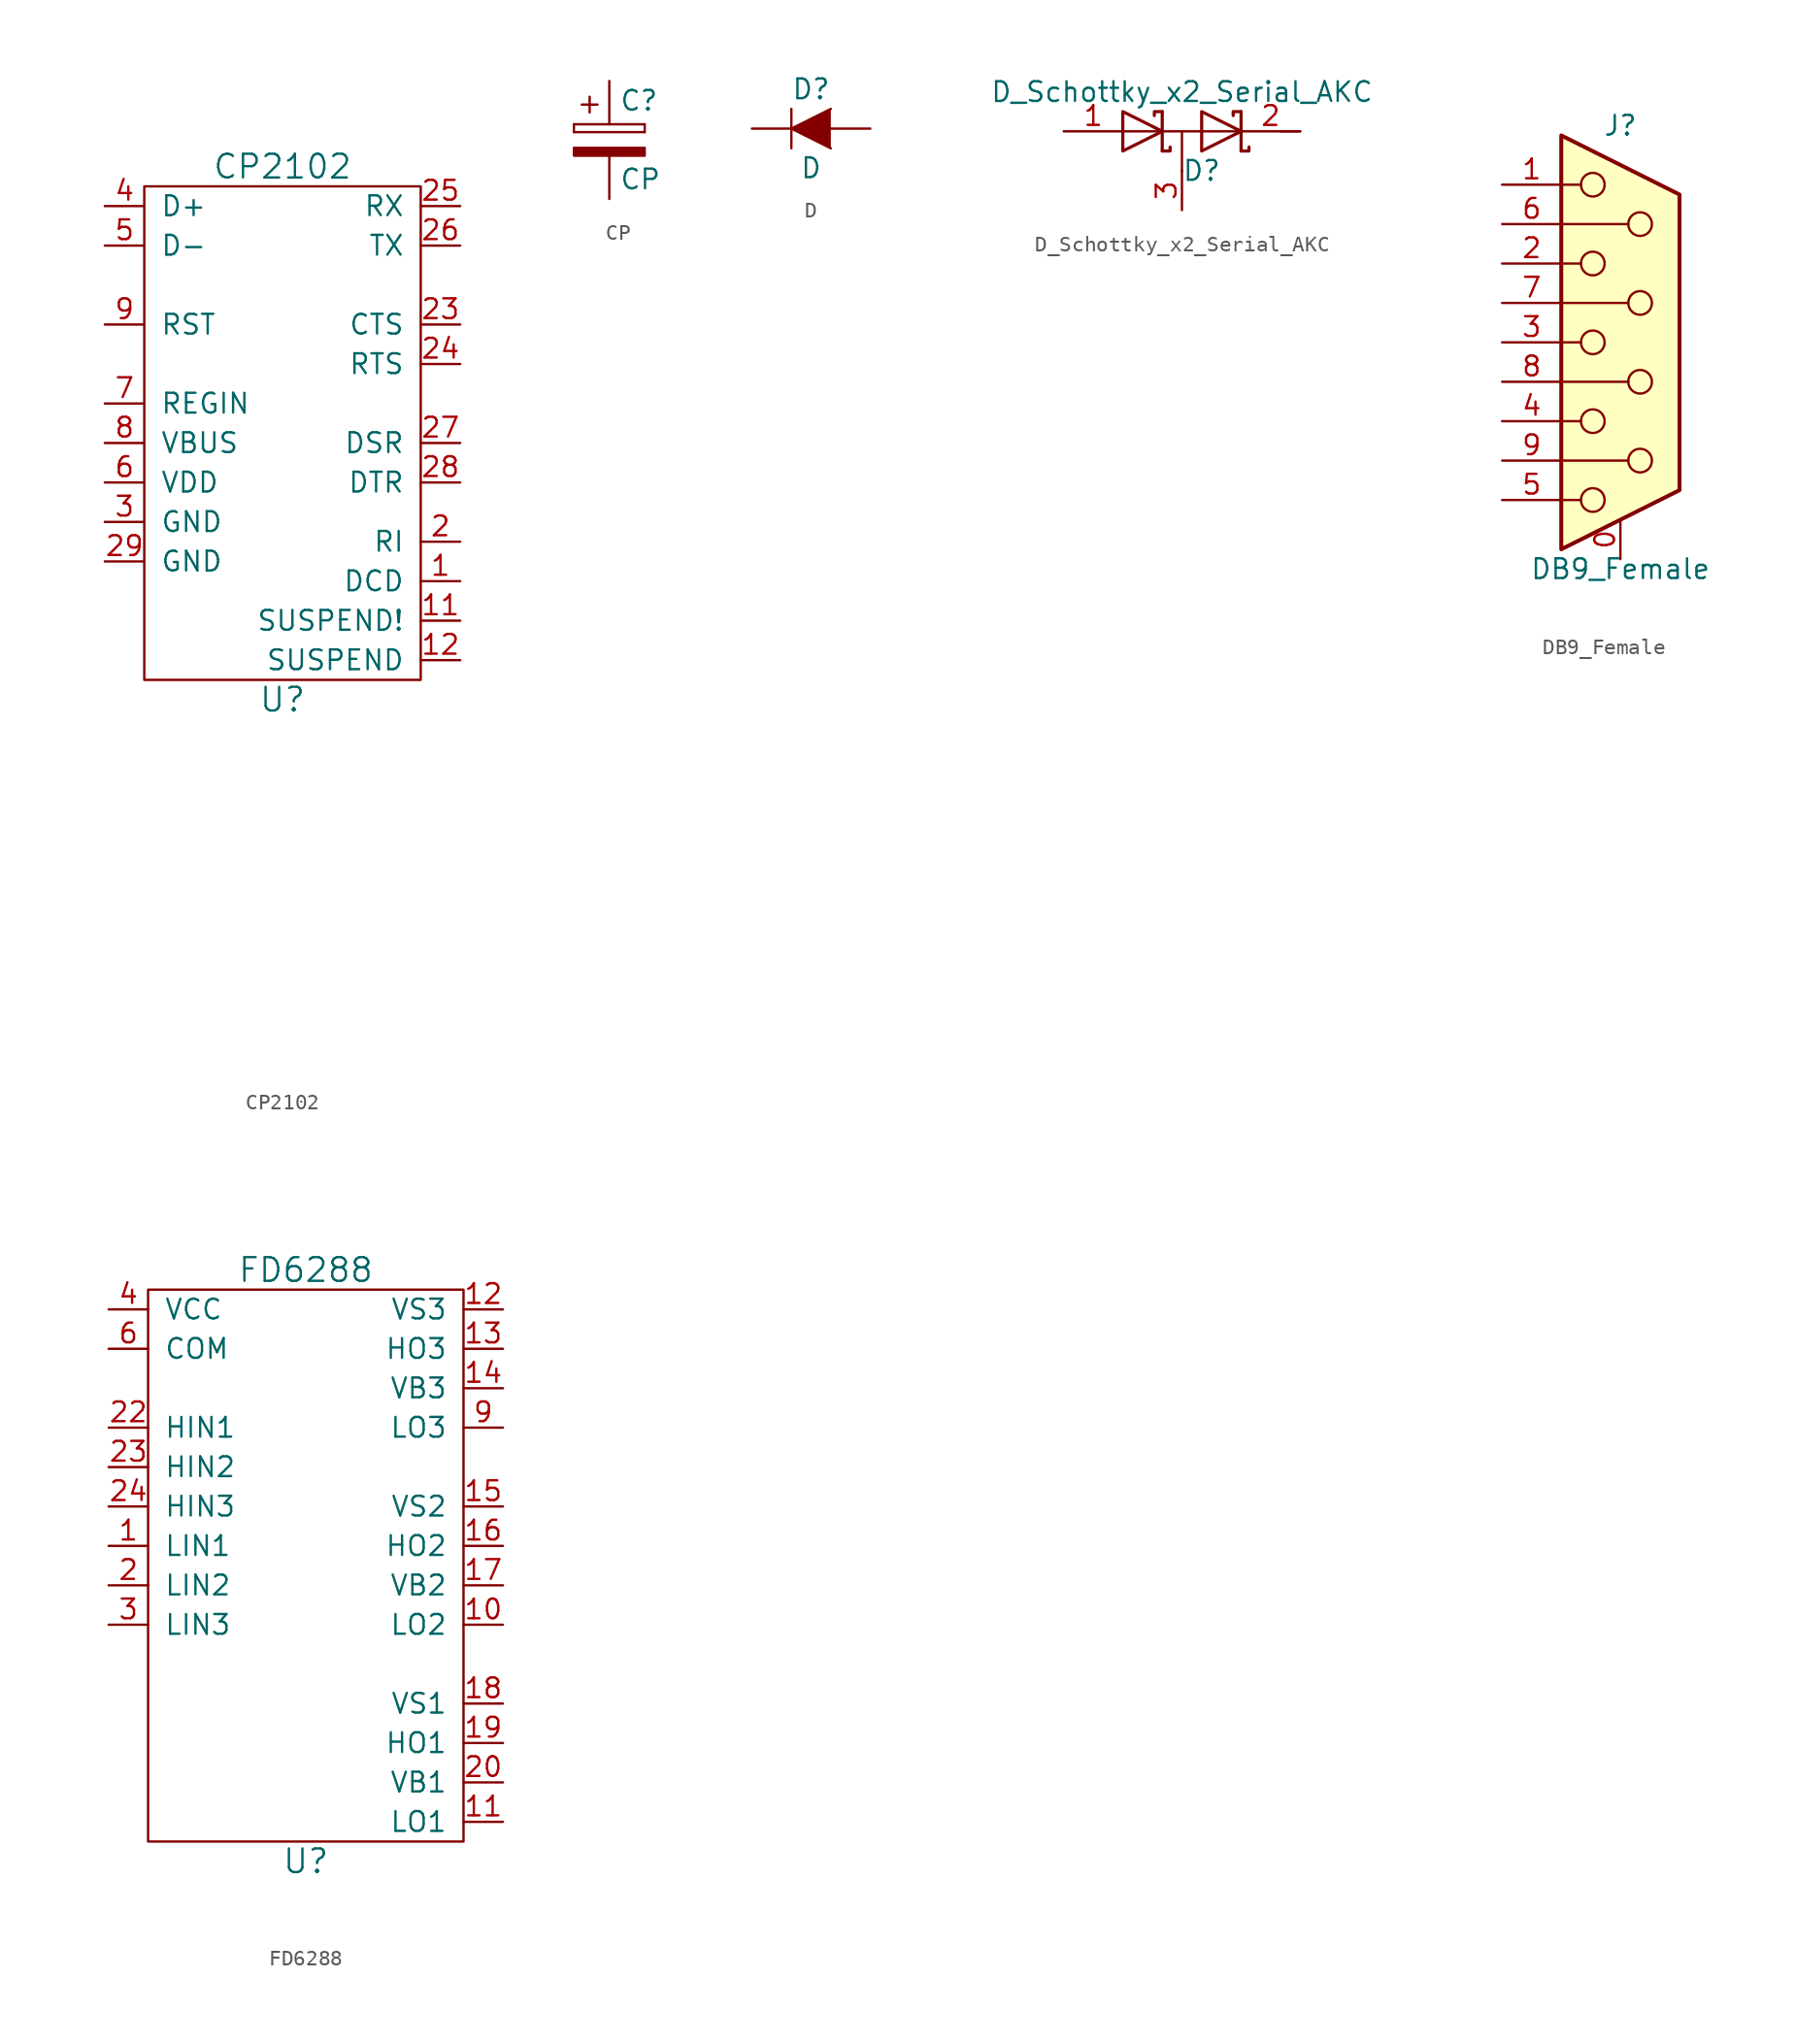
<source format=kicad_sym>
(kicad_symbol_lib
  (version 20211014)
  (generator kicad_symbol_editor)
  (symbol "CP2102"
    (pin_names
      (offset 1.016))
    (property "Reference" "U"
      (at 0 -19.05 0)
      (effects (font (size 1.524 1.524))))
    (property "Value" "CP2102"
      (at 0 15.24 0)
      (effects (font (size 1.524 1.524))))
    (symbol "CP2102_0_1"
      (rectangle (start -8.89 13.97) (end 8.89 -17.78) (stroke (width 0) (type default) (color 0 0 0 0)) (fill (type none))))
    (symbol "CP2102_1_1"
      (pin input line (at 11.43 -11.43 180) (length 2.54) (name "DCD" (effects (font (size 1.27 1.27)))) (number "1" (effects (font (size 1.27 1.27)))))
      (pin passive line (at -11.43 -12.7 0) (length 2.54) hide (name "NC" (effects (font (size 1.27 1.27)))) (number "10" (effects (font (size 1.27 1.27)))))
      (pin output line (at 11.43 -13.97 180) (length 2.54) (name "SUSPEND!" (effects (font (size 1.27 1.27)))) (number "11" (effects (font (size 1.27 1.27)))))
      (pin output line (at 11.43 -16.51 180) (length 2.54) (name "SUSPEND" (effects (font (size 1.27 1.27)))) (number "12" (effects (font (size 1.27 1.27)))))
      (pin passive line (at -11.43 -15.24 0) (length 2.54) hide (name "NC" (effects (font (size 1.27 1.27)))) (number "13" (effects (font (size 1.27 1.27)))))
      (pin passive line (at -11.43 -17.78 0) (length 2.54) hide (name "NC" (effects (font (size 1.27 1.27)))) (number "14" (effects (font (size 1.27 1.27)))))
      (pin passive line (at -11.43 -20.32 0) (length 2.54) hide (name "NC" (effects (font (size 1.27 1.27)))) (number "15" (effects (font (size 1.27 1.27)))))
      (pin passive line (at -11.43 -22.86 0) (length 2.54) hide (name "NC" (effects (font (size 1.27 1.27)))) (number "16" (effects (font (size 1.27 1.27)))))
      (pin passive line (at -11.43 -25.4 0) (length 2.54) hide (name "NC" (effects (font (size 1.27 1.27)))) (number "17" (effects (font (size 1.27 1.27)))))
      (pin passive line (at -11.43 -27.94 0) (length 2.54) hide (name "NC" (effects (font (size 1.27 1.27)))) (number "18" (effects (font (size 1.27 1.27)))))
      (pin passive line (at -11.43 -30.48 0) (length 2.54) hide (name "NC" (effects (font (size 1.27 1.27)))) (number "19" (effects (font (size 1.27 1.27)))))
      (pin input line (at 11.43 -8.89 180) (length 2.54) (name "RI" (effects (font (size 1.27 1.27)))) (number "2" (effects (font (size 1.27 1.27)))))
      (pin passive line (at -11.43 -33.02 0) (length 2.54) hide (name "NC" (effects (font (size 1.27 1.27)))) (number "20" (effects (font (size 1.27 1.27)))))
      (pin passive line (at -11.43 -35.56 0) (length 2.54) hide (name "NC" (effects (font (size 1.27 1.27)))) (number "21" (effects (font (size 1.27 1.27)))))
      (pin passive line (at -11.43 -38.1 0) (length 2.54) hide (name "NC" (effects (font (size 1.27 1.27)))) (number "22" (effects (font (size 1.27 1.27)))))
      (pin input line (at 11.43 5.08 180) (length 2.54) (name "CTS" (effects (font (size 1.27 1.27)))) (number "23" (effects (font (size 1.27 1.27)))))
      (pin output line (at 11.43 2.54 180) (length 2.54) (name "RTS" (effects (font (size 1.27 1.27)))) (number "24" (effects (font (size 1.27 1.27)))))
      (pin input line (at 11.43 12.7 180) (length 2.54) (name "RX" (effects (font (size 1.27 1.27)))) (number "25" (effects (font (size 1.27 1.27)))))
      (pin output line (at 11.43 10.16 180) (length 2.54) (name "TX" (effects (font (size 1.27 1.27)))) (number "26" (effects (font (size 1.27 1.27)))))
      (pin input line (at 11.43 -2.54 180) (length 2.54) (name "DSR" (effects (font (size 1.27 1.27)))) (number "27" (effects (font (size 1.27 1.27)))))
      (pin output line (at 11.43 -5.08 180) (length 2.54) (name "DTR" (effects (font (size 1.27 1.27)))) (number "28" (effects (font (size 1.27 1.27)))))
      (pin power_in line (at -11.43 -10.16 0) (length 2.54) (name "GND" (effects (font (size 1.27 1.27)))) (number "29" (effects (font (size 1.27 1.27)))))
      (pin power_in line (at -11.43 -7.62 0) (length 2.54) (name "GND" (effects (font (size 1.27 1.27)))) (number "3" (effects (font (size 1.27 1.27)))))
      (pin bidirectional line (at -11.43 12.7 0) (length 2.54) (name "D+" (effects (font (size 1.27 1.27)))) (number "4" (effects (font (size 1.27 1.27)))))
      (pin bidirectional line (at -11.43 10.16 0) (length 2.54) (name "D-" (effects (font (size 1.27 1.27)))) (number "5" (effects (font (size 1.27 1.27)))))
      (pin power_in line (at -11.43 -5.08 0) (length 2.54) (name "VDD" (effects (font (size 1.27 1.27)))) (number "6" (effects (font (size 1.27 1.27)))))
      (pin power_in line (at -11.43 0 0) (length 2.54) (name "REGIN" (effects (font (size 1.27 1.27)))) (number "7" (effects (font (size 1.27 1.27)))))
      (pin input line (at -11.43 -2.54 0) (length 2.54) (name "VBUS" (effects (font (size 1.27 1.27)))) (number "8" (effects (font (size 1.27 1.27)))))
      (pin bidirectional line (at -11.43 5.08 0) (length 2.54) (name "RST" (effects (font (size 1.27 1.27)))) (number "9" (effects (font (size 1.27 1.27)))))))
  (symbol "CP"
    (pin_numbers hide)
    (pin_names
      (offset 0.254))
    (property "Reference" "C"
      (at 0.635 2.54 0)
      (effects (font (size 1.27 1.27)) (justify left)))
    (property "Value" "CP"
      (at 0.635 -2.54 0)
      (effects (font (size 1.27 1.27)) (justify left)))
    (symbol "CP_0_1"
      (rectangle (start -2.286 0.508) (end -2.286 1.016) (stroke (width 0) (type default) (color 0 0 0 0)) (fill (type none)))
      (rectangle (start -2.286 0.508) (end 2.286 0.508) (stroke (width 0) (type default) (color 0 0 0 0)) (fill (type none)))
      (polyline (pts (xy -1.778 2.286) (xy -0.762 2.286)) (stroke (width 0) (type default) (color 0 0 0 0)) (fill (type none)))
      (polyline (pts (xy -1.27 2.794) (xy -1.27 1.778)) (stroke (width 0) (type default) (color 0 0 0 0)) (fill (type none)))
      (rectangle (start 2.286 -0.508) (end -2.286 -1.016) (stroke (width 0) (type default) (color 0 0 0 0)) (fill (type outline)))
      (rectangle (start 2.286 1.016) (end -2.286 1.016) (stroke (width 0) (type default) (color 0 0 0 0)) (fill (type none)))
      (rectangle (start 2.286 1.016) (end 2.286 0.508) (stroke (width 0) (type default) (color 0 0 0 0)) (fill (type none))))
    (symbol "CP_1_1"
      (pin passive line (at 0 3.81 270) (length 2.794) (name "~" (effects (font (size 1.016 1.016)))) (number "1" (effects (font (size 1.016 1.016)))))
      (pin passive line (at 0 -3.81 90) (length 2.794) (name "~" (effects (font (size 1.016 1.016)))) (number "2" (effects (font (size 1.016 1.016)))))))
  (symbol "D"
    (pin_numbers hide)
    (pin_names
      (offset 1.016) hide)
    (property "Reference" "D"
      (at 0 2.54 0)
      (effects (font (size 1.27 1.27))))
    (property "Value" "D"
      (at 0 -2.54 0)
      (effects (font (size 1.27 1.27))))
    (symbol "D_0_1"
      (polyline (pts (xy -1.27 1.27) (xy -1.27 -1.27)) (stroke (width 0.152) (type default) (color 0 0 0 0)) (fill (type none)))
      (polyline (pts (xy 1.27 1.27) (xy -1.27 0) (xy 1.27 -1.27)) (stroke (width 0) (type default) (color 0 0 0 0)) (fill (type outline))))
    (symbol "D_1_1"
      (pin passive line (at -3.81 0 0) (length 2.54) (name "K" (effects (font (size 1.27 1.27)))) (number "1" (effects (font (size 1.27 1.27)))))
      (pin passive line (at 3.81 0 180) (length 2.54) (name "A" (effects (font (size 1.27 1.27)))) (number "2" (effects (font (size 1.27 1.27)))))))
  (symbol "D_Schottky_x2_Serial_AKC"
    (pin_names
      (offset 0.762) hide)
    (property "Reference" "D"
      (at 1.27 -2.54 0)
      (effects (font (size 1.27 1.27))))
    (property "Value" "D_Schottky_x2_Serial_AKC"
      (at 0 2.54 0)
      (effects (font (size 1.27 1.27))))
    (symbol "D_Schottky_x2_Serial_AKC_0_1"
      (polyline (pts (xy -3.81 0) (xy 3.81 0)) (stroke (width 0) (type default) (color 0 0 0 0)) (fill (type none)))
      (polyline (pts (xy 0 0) (xy 0 -2.54)) (stroke (width 0) (type default) (color 0 0 0 0)) (fill (type none)))
      (polyline (pts (xy 6.35 0) (xy 7.62 0)) (stroke (width 0) (type default) (color 0 0 0 0)) (fill (type none)))
      (polyline (pts (xy -1.27 -1.27) (xy -1.27 1.27) (xy -1.27 1.27)) (stroke (width 0.203) (type default) (color 0 0 0 0)) (fill (type none)))
      (polyline (pts (xy 3.81 1.27) (xy 3.81 -1.27) (xy 3.81 -1.27)) (stroke (width 0.203) (type default) (color 0 0 0 0)) (fill (type none)))
      (polyline (pts (xy -1.27 -1.27) (xy -0.762 -1.27) (xy -0.762 -1.016) (xy -0.762 -1.016)) (stroke (width 0.203) (type default) (color 0 0 0 0)) (fill (type none)))
      (polyline (pts (xy 3.81 -1.27) (xy 4.318 -1.27) (xy 4.318 -1.016) (xy 4.318 -1.016)) (stroke (width 0.203) (type default) (color 0 0 0 0)) (fill (type none)))
      (polyline (pts (xy 3.81 1.27) (xy 3.302 1.27) (xy 3.302 1.016) (xy 3.302 1.016)) (stroke (width 0.203) (type default) (color 0 0 0 0)) (fill (type none)))
      (polyline (pts (xy -1.778 1.016) (xy -1.778 1.27) (xy -1.27 1.27) (xy -1.27 1.27) (xy -1.27 1.27)) (stroke (width 0.203) (type default) (color 0 0 0 0)) (fill (type none)))
      (polyline (pts (xy -3.81 1.27) (xy -1.27 0) (xy -3.81 -1.27) (xy -3.81 1.27) (xy -3.81 1.27) (xy -3.81 1.27)) (stroke (width 0.203) (type default) (color 0 0 0 0)) (fill (type none)))
      (polyline (pts (xy 1.27 1.27) (xy 3.81 0) (xy 1.27 -1.27) (xy 1.27 1.27) (xy 1.27 1.27) (xy 1.27 1.27)) (stroke (width 0.203) (type default) (color 0 0 0 0)) (fill (type none)))
      (pin passive line (at -7.62 0 0) (length 3.81) (name "A" (effects (font (size 1.27 1.27)))) (number "1" (effects (font (size 1.27 1.27)))))
      (pin passive line (at 7.62 0 180) (length 3.81) (name "K" (effects (font (size 1.27 1.27)))) (number "2" (effects (font (size 1.27 1.27)))))
      (pin passive line (at 0 -5.08 90) (length 2.54) (name "common" (effects (font (size 1.27 1.27)))) (number "3" (effects (font (size 1.27 1.27)))))))
  (symbol "DB9_Female"
    (pin_names
      (offset 1.016) hide)
    (property "Reference" "J"
      (at 0 13.97 0)
      (effects (font (size 1.27 1.27))))
    (property "Value" "DB9_Female"
      (at 0 -14.605 0)
      (effects (font (size 1.27 1.27))))
    (symbol "DB9_Female_0_1"
      (circle (center -1.778 -10.16) (radius 0.762) (stroke (width 0) (type default) (color 0 0 0 0)) (fill (type none)))
      (circle (center -1.778 -5.08) (radius 0.762) (stroke (width 0) (type default) (color 0 0 0 0)) (fill (type none)))
      (circle (center -1.778 0) (radius 0.762) (stroke (width 0) (type default) (color 0 0 0 0)) (fill (type none)))
      (circle (center -1.778 5.08) (radius 0.762) (stroke (width 0) (type default) (color 0 0 0 0)) (fill (type none)))
      (circle (center -1.778 10.16) (radius 0.762) (stroke (width 0) (type default) (color 0 0 0 0)) (fill (type none)))
      (polyline (pts (xy -3.81 -10.16) (xy -2.54 -10.16)) (stroke (width 0) (type default) (color 0 0 0 0)) (fill (type none)))
      (polyline (pts (xy -3.81 -7.62) (xy 0.508 -7.62)) (stroke (width 0) (type default) (color 0 0 0 0)) (fill (type none)))
      (polyline (pts (xy -3.81 -5.08) (xy -2.54 -5.08)) (stroke (width 0) (type default) (color 0 0 0 0)) (fill (type none)))
      (polyline (pts (xy -3.81 -2.54) (xy 0.508 -2.54)) (stroke (width 0) (type default) (color 0 0 0 0)) (fill (type none)))
      (polyline (pts (xy -3.81 0) (xy -2.54 0)) (stroke (width 0) (type default) (color 0 0 0 0)) (fill (type none)))
      (polyline (pts (xy -3.81 2.54) (xy 0.508 2.54)) (stroke (width 0) (type default) (color 0 0 0 0)) (fill (type none)))
      (polyline (pts (xy -3.81 5.08) (xy -2.54 5.08)) (stroke (width 0) (type default) (color 0 0 0 0)) (fill (type none)))
      (polyline (pts (xy -3.81 7.62) (xy 0.508 7.62)) (stroke (width 0) (type default) (color 0 0 0 0)) (fill (type none)))
      (polyline (pts (xy -3.81 10.16) (xy -2.54 10.16)) (stroke (width 0) (type default) (color 0 0 0 0)) (fill (type none)))
      (polyline (pts (xy -3.81 13.335) (xy -3.81 -13.335) (xy 3.81 -9.525) (xy 3.81 9.525) (xy -3.81 13.335)) (stroke (width 0.254) (type default) (color 0 0 0 0)) (fill (type background)))
      (circle (center 1.27 -7.62) (radius 0.762) (stroke (width 0) (type default) (color 0 0 0 0)) (fill (type none)))
      (circle (center 1.27 -2.54) (radius 0.762) (stroke (width 0) (type default) (color 0 0 0 0)) (fill (type none)))
      (circle (center 1.27 2.54) (radius 0.762) (stroke (width 0) (type default) (color 0 0 0 0)) (fill (type none)))
      (circle (center 1.27 7.62) (radius 0.762) (stroke (width 0) (type default) (color 0 0 0 0)) (fill (type none))))
    (symbol "DB9_Female_1_1"
      (pin passive line (at 0 -13.97 90) (length 2.54) (name "~" (effects (font (size 1.27 1.27)))) (number "0" (effects (font (size 1.27 1.27)))))
      (pin passive line (at -7.62 10.16 0) (length 3.81) (name "1" (effects (font (size 1.27 1.27)))) (number "1" (effects (font (size 1.27 1.27)))))
      (pin passive line (at -7.62 5.08 0) (length 3.81) (name "2" (effects (font (size 1.27 1.27)))) (number "2" (effects (font (size 1.27 1.27)))))
      (pin passive line (at -7.62 0 0) (length 3.81) (name "3" (effects (font (size 1.27 1.27)))) (number "3" (effects (font (size 1.27 1.27)))))
      (pin passive line (at -7.62 -5.08 0) (length 3.81) (name "4" (effects (font (size 1.27 1.27)))) (number "4" (effects (font (size 1.27 1.27)))))
      (pin passive line (at -7.62 -10.16 0) (length 3.81) (name "5" (effects (font (size 1.27 1.27)))) (number "5" (effects (font (size 1.27 1.27)))))
      (pin passive line (at -7.62 7.62 0) (length 3.81) (name "6" (effects (font (size 1.27 1.27)))) (number "6" (effects (font (size 1.27 1.27)))))
      (pin passive line (at -7.62 2.54 0) (length 3.81) (name "7" (effects (font (size 1.27 1.27)))) (number "7" (effects (font (size 1.27 1.27)))))
      (pin passive line (at -7.62 -2.54 0) (length 3.81) (name "8" (effects (font (size 1.27 1.27)))) (number "8" (effects (font (size 1.27 1.27)))))
      (pin passive line (at -7.62 -7.62 0) (length 3.81) (name "9" (effects (font (size 1.27 1.27)))) (number "9" (effects (font (size 1.27 1.27)))))))
  (symbol "FD6288"
    (pin_names
      (offset 1.016))
    (property "Reference" "U"
      (at 0 -20.32 0)
      (effects (font (size 1.524 1.524))))
    (property "Value" "FD6288"
      (at 0 17.78 0)
      (effects (font (size 1.524 1.524))))
    (symbol "FD6288_0_1"
      (rectangle (start -10.16 16.51) (end 10.16 -19.05) (stroke (width 0) (type default) (color 0 0 0 0)) (fill (type none))))
    (symbol "FD6288_1_1"
      (pin input line (at -12.7 0 0) (length 2.54) (name "LIN1" (effects (font (size 1.27 1.27)))) (number "1" (effects (font (size 1.27 1.27)))))
      (pin power_out line (at 12.7 -5.08 180) (length 2.54) (name "LO2" (effects (font (size 1.27 1.27)))) (number "10" (effects (font (size 1.27 1.27)))))
      (pin power_out line (at 12.7 -17.78 180) (length 2.54) (name "LO1" (effects (font (size 1.27 1.27)))) (number "11" (effects (font (size 1.27 1.27)))))
      (pin power_in line (at 12.7 15.24 180) (length 2.54) (name "VS3" (effects (font (size 1.27 1.27)))) (number "12" (effects (font (size 1.27 1.27)))))
      (pin power_out line (at 12.7 12.7 180) (length 2.54) (name "HO3" (effects (font (size 1.27 1.27)))) (number "13" (effects (font (size 1.27 1.27)))))
      (pin power_in line (at 12.7 10.16 180) (length 2.54) (name "VB3" (effects (font (size 1.27 1.27)))) (number "14" (effects (font (size 1.27 1.27)))))
      (pin power_in line (at 12.7 2.54 180) (length 2.54) (name "VS2" (effects (font (size 1.27 1.27)))) (number "15" (effects (font (size 1.27 1.27)))))
      (pin power_out line (at 12.7 0 180) (length 2.54) (name "HO2" (effects (font (size 1.27 1.27)))) (number "16" (effects (font (size 1.27 1.27)))))
      (pin power_in line (at 12.7 -2.54 180) (length 2.54) (name "VB2" (effects (font (size 1.27 1.27)))) (number "17" (effects (font (size 1.27 1.27)))))
      (pin power_in line (at 12.7 -10.16 180) (length 2.54) (name "VS1" (effects (font (size 1.27 1.27)))) (number "18" (effects (font (size 1.27 1.27)))))
      (pin power_out line (at 12.7 -12.7 180) (length 2.54) (name "HO1" (effects (font (size 1.27 1.27)))) (number "19" (effects (font (size 1.27 1.27)))))
      (pin input line (at -12.7 -2.54 0) (length 2.54) (name "LIN2" (effects (font (size 1.27 1.27)))) (number "2" (effects (font (size 1.27 1.27)))))
      (pin power_in line (at 12.7 -15.24 180) (length 2.54) (name "VB1" (effects (font (size 1.27 1.27)))) (number "20" (effects (font (size 1.27 1.27)))))
      (pin no_connect line (at -12.7 -17.78 0) (length 2.54) hide (name "NC" (effects (font (size 1.27 1.27)))) (number "21" (effects (font (size 1.27 1.27)))))
      (pin input line (at -12.7 7.62 0) (length 2.54) (name "HIN1" (effects (font (size 1.27 1.27)))) (number "22" (effects (font (size 1.27 1.27)))))
      (pin input line (at -12.7 5.08 0) (length 2.54) (name "HIN2" (effects (font (size 1.27 1.27)))) (number "23" (effects (font (size 1.27 1.27)))))
      (pin input line (at -12.7 2.54 0) (length 2.54) (name "HIN3" (effects (font (size 1.27 1.27)))) (number "24" (effects (font (size 1.27 1.27)))))
      (pin input line (at -12.7 -5.08 0) (length 2.54) (name "LIN3" (effects (font (size 1.27 1.27)))) (number "3" (effects (font (size 1.27 1.27)))))
      (pin power_in line (at -12.7 15.24 0) (length 2.54) (name "VCC" (effects (font (size 1.27 1.27)))) (number "4" (effects (font (size 1.27 1.27)))))
      (pin no_connect line (at -12.7 -10.16 0) (length 2.54) hide (name "NC" (effects (font (size 1.27 1.27)))) (number "5" (effects (font (size 1.27 1.27)))))
      (pin power_in line (at -12.7 12.7 0) (length 2.54) (name "COM" (effects (font (size 1.27 1.27)))) (number "6" (effects (font (size 1.27 1.27)))))
      (pin no_connect line (at -12.7 -12.7 0) (length 2.54) hide (name "NC" (effects (font (size 1.27 1.27)))) (number "7" (effects (font (size 1.27 1.27)))))
      (pin no_connect line (at -12.7 -15.24 0) (length 2.54) hide (name "NC" (effects (font (size 1.27 1.27)))) (number "8" (effects (font (size 1.27 1.27)))))
      (pin power_out line (at 12.7 7.62 180) (length 2.54) (name "LO3" (effects (font (size 1.27 1.27)))) (number "9" (effects (font (size 1.27 1.27))))))))
</source>
